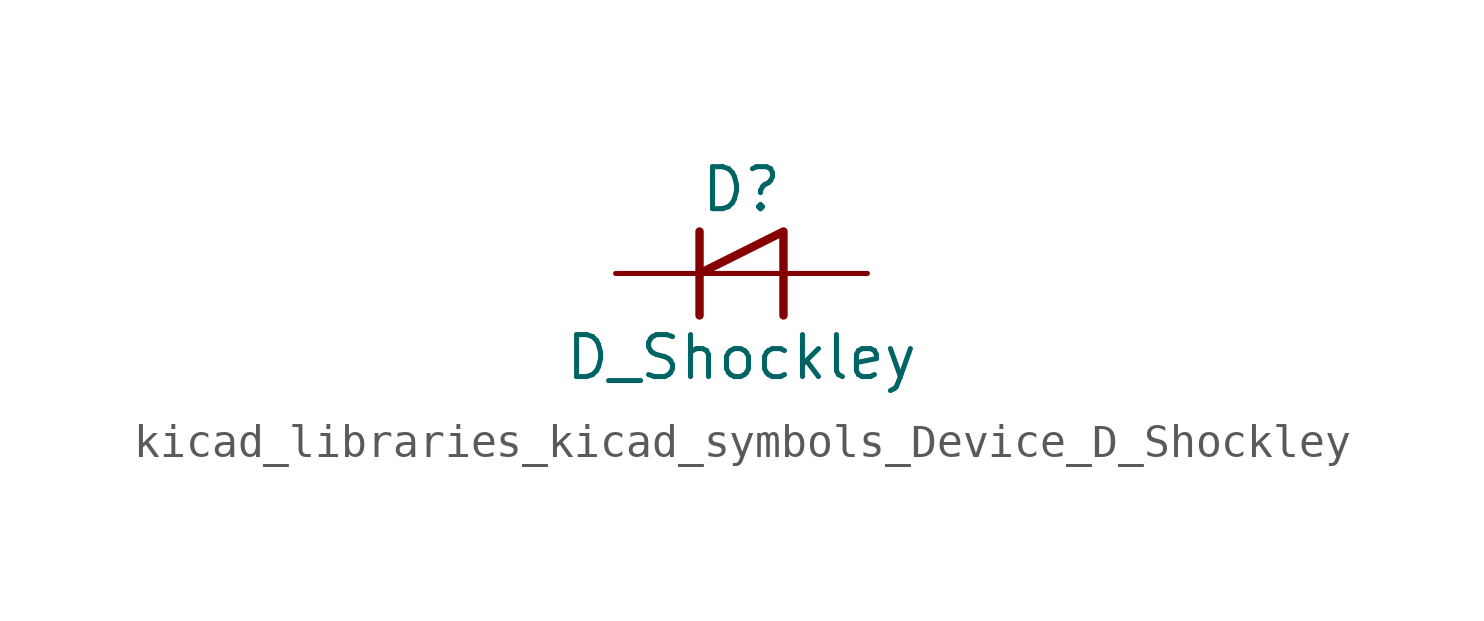
<source format=kicad_sym>
(kicad_symbol_lib
  (version 20220914)
  (generator kicad_symbol_editor)
  (symbol "kicad_libraries_kicad_symbols_Device_D_Shockley"
    (pin_numbers hide)
    (pin_names
      (offset 1.016) hide)
    (property "Reference" "D"
      (at 0 2.54 0)
      (effects (font (size 1.27 1.27))))
    (property "Value" "D_Shockley"
      (at 0 -2.54 0)
      (effects (font (size 1.27 1.27))))
    (symbol "kicad_libraries_kicad_symbols_Device_D_Shockley_0_1"
      (polyline (pts (xy -1.27 0) (xy 1.27 0)) (stroke (width 0) (type default)) (fill (type none)))
      (polyline (pts (xy -1.27 1.27) (xy -1.27 -1.27)) (stroke (width 0.254) (type default)) (fill (type none)))
      (polyline (pts (xy -1.27 0) (xy 1.27 1.27) (xy 1.27 -1.27)) (stroke (width 0.254) (type default)) (fill (type none))))
    (symbol "kicad_libraries_kicad_symbols_Device_D_Shockley_1_1"
      (pin passive line (at -3.81 0 0) (length 2.54) (name "K" (effects (font (size 1.27 1.27)))) (number "1" (effects (font (size 1.27 1.27)))))
      (pin passive line (at 3.81 0 180) (length 2.54) (name "A" (effects (font (size 1.27 1.27)))) (number "2" (effects (font (size 1.27 1.27))))))))
</source>
